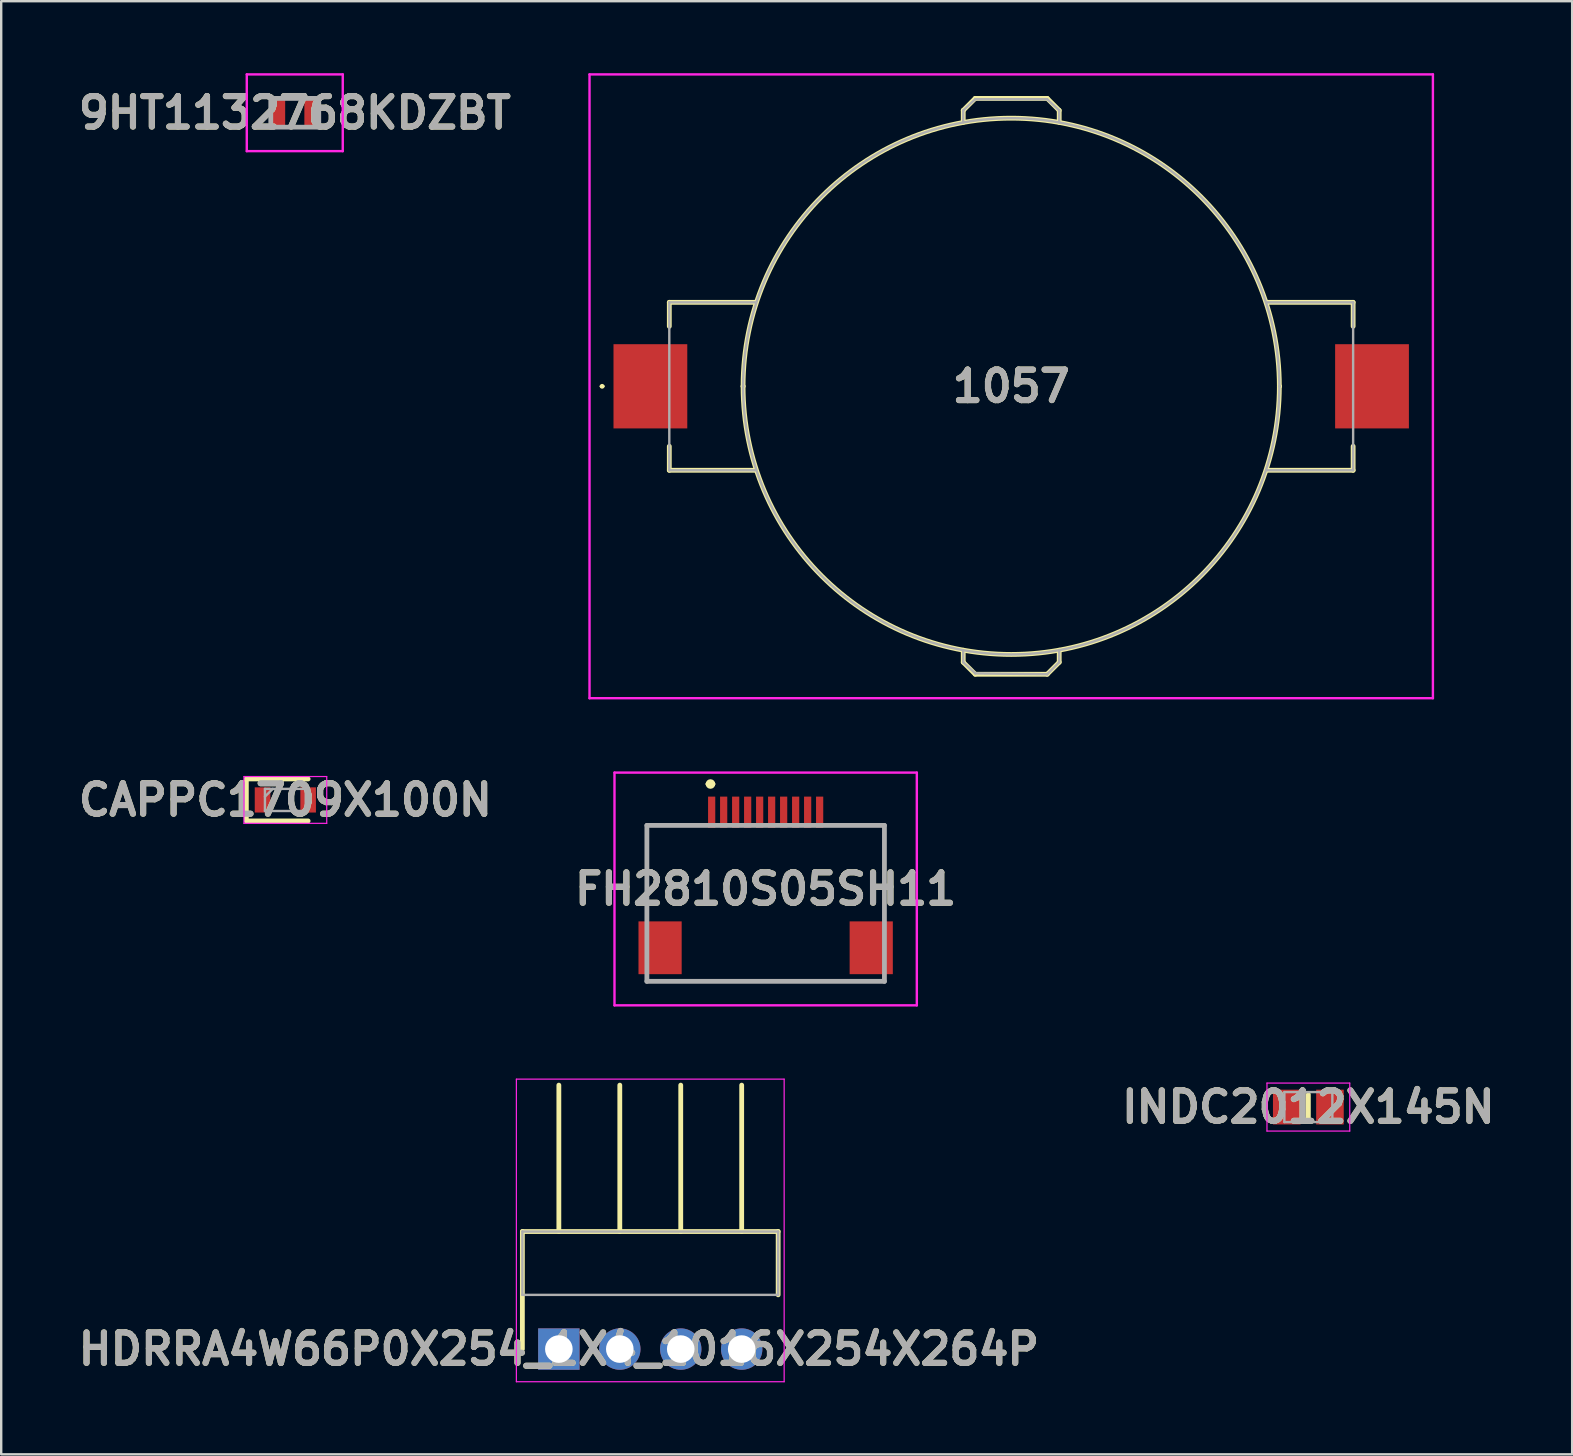
<source format=kicad_pcb>
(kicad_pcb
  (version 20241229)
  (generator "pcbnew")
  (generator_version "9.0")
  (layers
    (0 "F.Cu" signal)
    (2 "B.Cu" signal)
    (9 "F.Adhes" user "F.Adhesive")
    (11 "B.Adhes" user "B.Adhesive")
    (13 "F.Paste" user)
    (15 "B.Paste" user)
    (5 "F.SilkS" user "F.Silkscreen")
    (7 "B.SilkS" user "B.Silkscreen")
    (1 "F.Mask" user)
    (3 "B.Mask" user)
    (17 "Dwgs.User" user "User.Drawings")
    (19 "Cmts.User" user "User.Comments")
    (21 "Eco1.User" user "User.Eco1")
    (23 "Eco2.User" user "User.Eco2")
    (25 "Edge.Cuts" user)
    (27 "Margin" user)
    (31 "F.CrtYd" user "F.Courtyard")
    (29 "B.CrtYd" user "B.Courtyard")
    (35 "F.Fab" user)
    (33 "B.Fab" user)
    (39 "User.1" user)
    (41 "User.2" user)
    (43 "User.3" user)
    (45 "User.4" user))
  (footprint "CAPPC1709X100N"
    (layer "F.Cu")
    (at 8.842 30.289)
    (property "Reference" "CAPPC1709X100N" (at 0 0 0) (layer "F.SilkS") (effects (font (size 1.27 1.27) (thickness 0.254))))
    (attr smd)
    (fp_line (start -1.625 -0.875) (end -1.625 0.875) (stroke (width 0.2) (type solid)) (layer "F.SilkS"))
    (fp_line (start -1.625 0.875) (end 0.95 0.875) (stroke (width 0.2) (type solid)) (layer "F.SilkS"))
    (fp_line (start 0.95 -0.875) (end -1.625 -0.875) (stroke (width 0.2) (type solid)) (layer "F.SilkS"))
    (fp_line (start -1.725 -0.975) (end 1.725 -0.975) (stroke (width 0.05) (type solid)) (layer "F.CrtYd"))
    (fp_line (start -1.725 0.975) (end -1.725 -0.975) (stroke (width 0.05) (type solid)) (layer "F.CrtYd"))
    (fp_line (start 1.725 -0.975) (end 1.725 0.975) (stroke (width 0.05) (type solid)) (layer "F.CrtYd"))
    (fp_line (start 1.725 0.975) (end -1.725 0.975) (stroke (width 0.05) (type solid)) (layer "F.CrtYd"))
    (fp_line (start -0.85 -0.462) (end 0.85 -0.462) (stroke (width 0.1) (type solid)) (layer "F.Fab"))
    (fp_line (start -0.85 -0.138) (end -0.525 -0.462) (stroke (width 0.1) (type solid)) (layer "F.Fab"))
    (fp_line (start -0.85 0.462) (end -0.85 -0.462) (stroke (width 0.1) (type solid)) (layer "F.Fab"))
    (fp_line (start 0.85 -0.462) (end 0.85 0.462) (stroke (width 0.1) (type solid)) (layer "F.Fab"))
    (fp_line (start 0.85 0.462) (end -0.85 0.462) (stroke (width 0.1) (type solid)) (layer "F.Fab"))
    (fp_text user "${REFERENCE}" (at 0 0 0) (layer "F.Fab") (effects (font (size 1.27 1.27) (thickness 0.254))))
    (pad "1" smd rect (at -0.95 0) (size 0.65 1.05) (layers "F.Cu" "F.Mask" "F.Paste"))
    (pad "2" smd rect (at 0.95 0) (size 0.65 1.05) (layers "F.Cu" "F.Mask" "F.Paste")))
  (footprint "FH2810S05SH11"
    (layer "F.Cu")
    (at 28.86 34.325)
    (property "Reference" "FH2810S05SH11" (at 0 -0.325 0) (layer "F.SilkS") (effects (font (size 1.27 1.27) (thickness 0.254))))
    (attr smd)
    (fp_line (start -4.95 -2.975) (end -4.95 0.625) (stroke (width 0.1) (type solid)) (layer "F.SilkS"))
    (fp_line (start -4.95 3.525) (end 4.95 3.525) (stroke (width 0.1) (type solid)) (layer "F.SilkS"))
    (fp_line (start -3 -2.975) (end -4.95 -2.975) (stroke (width 0.1) (type solid)) (layer "F.SilkS"))
    (fp_line (start -2.4 -4.7) (end -2.4 -4.7) (stroke (width 0.2) (type solid)) (layer "F.SilkS"))
    (fp_line (start -2.2 -4.7) (end -2.2 -4.7) (stroke (width 0.2) (type solid)) (layer "F.SilkS"))
    (fp_line (start 3 -2.975) (end 4.95 -2.975) (stroke (width 0.1) (type solid)) (layer "F.SilkS"))
    (fp_line (start 4.95 -2.975) (end 4.95 0.625) (stroke (width 0.1) (type solid)) (layer "F.SilkS"))
    (fp_arc (start -2.4 -4.7) (mid -2.3 -4.8) (end -2.2 -4.7) (stroke (width 0.2) (type solid)) (layer "F.SilkS"))
    (fp_arc (start -2.2 -4.7) (mid -2.3 -4.6) (end -2.4 -4.7) (stroke (width 0.2) (type solid)) (layer "F.SilkS"))
    (fp_line (start -6.3 -5.175) (end 6.3 -5.175) (stroke (width 0.1) (type solid)) (layer "F.CrtYd"))
    (fp_line (start -6.3 4.525) (end -6.3 -5.175) (stroke (width 0.1) (type solid)) (layer "F.CrtYd"))
    (fp_line (start 6.3 -5.175) (end 6.3 4.525) (stroke (width 0.1) (type solid)) (layer "F.CrtYd"))
    (fp_line (start 6.3 4.525) (end -6.3 4.525) (stroke (width 0.1) (type solid)) (layer "F.CrtYd"))
    (fp_line (start -4.95 -2.975) (end 4.95 -2.975) (stroke (width 0.2) (type solid)) (layer "F.Fab"))
    (fp_line (start -4.95 3.525) (end -4.95 -2.975) (stroke (width 0.2) (type solid)) (layer "F.Fab"))
    (fp_line (start 4.95 -2.975) (end 4.95 3.525) (stroke (width 0.2) (type solid)) (layer "F.Fab"))
    (fp_line (start 4.95 3.525) (end -4.95 3.525) (stroke (width 0.2) (type solid)) (layer "F.Fab"))
    (fp_text user "${REFERENCE}" (at 0 -0.325 0) (layer "F.Fab") (effects (font (size 1.27 1.27) (thickness 0.254))))
    (pad "1" smd rect (at -2.25 -3.525) (size 0.3 1.3) (layers "F.Cu" "F.Mask" "F.Paste"))
    (pad "2" smd rect (at -1.75 -3.525) (size 0.3 1.3) (layers "F.Cu" "F.Mask" "F.Paste"))
    (pad "3" smd rect (at -1.25 -3.525) (size 0.3 1.3) (layers "F.Cu" "F.Mask" "F.Paste"))
    (pad "4" smd rect (at -0.75 -3.525) (size 0.3 1.3) (layers "F.Cu" "F.Mask" "F.Paste"))
    (pad "5" smd rect (at -0.25 -3.525) (size 0.3 1.3) (layers "F.Cu" "F.Mask" "F.Paste"))
    (pad "6" smd rect (at 0.25 -3.525) (size 0.3 1.3) (layers "F.Cu" "F.Mask" "F.Paste"))
    (pad "7" smd rect (at 0.75 -3.525) (size 0.3 1.3) (layers "F.Cu" "F.Mask" "F.Paste"))
    (pad "8" smd rect (at 1.25 -3.525) (size 0.3 1.3) (layers "F.Cu" "F.Mask" "F.Paste"))
    (pad "9" smd rect (at 1.75 -3.525) (size 0.3 1.3) (layers "F.Cu" "F.Mask" "F.Paste"))
    (pad "10" smd rect (at 2.25 -3.525) (size 0.3 1.3) (layers "F.Cu" "F.Mask" "F.Paste"))
    (pad "11" smd rect (at -4.4 2.125) (size 1.8 2.2) (layers "F.Cu" "F.Mask" "F.Paste"))
    (pad "12" smd rect (at 4.4 2.125) (size 1.8 2.2) (layers "F.Cu" "F.Mask" "F.Paste")))
  (footprint "INDC2012X145N"
    (layer "F.Cu")
    (at 51.478 43.089)
    (property "Reference" "INDC2012X145N" (at 0 0 0) (layer "F.SilkS") (effects (font (size 1.27 1.27) (thickness 0.254))))
    (attr smd)
    (fp_line (start 0 -0.525) (end 0 0.525) (stroke (width 0.2) (type solid)) (layer "F.SilkS"))
    (fp_line (start -1.725 -1) (end 1.725 -1) (stroke (width 0.05) (type solid)) (layer "F.CrtYd"))
    (fp_line (start -1.725 1) (end -1.725 -1) (stroke (width 0.05) (type solid)) (layer "F.CrtYd"))
    (fp_line (start 1.725 -1) (end 1.725 1) (stroke (width 0.05) (type solid)) (layer "F.CrtYd"))
    (fp_line (start 1.725 1) (end -1.725 1) (stroke (width 0.05) (type solid)) (layer "F.CrtYd"))
    (fp_line (start -1 -0.625) (end 1 -0.625) (stroke (width 0.1) (type solid)) (layer "F.Fab"))
    (fp_line (start -1 0.625) (end -1 -0.625) (stroke (width 0.1) (type solid)) (layer "F.Fab"))
    (fp_line (start 1 -0.625) (end 1 0.625) (stroke (width 0.1) (type solid)) (layer "F.Fab"))
    (fp_line (start 1 0.625) (end -1 0.625) (stroke (width 0.1) (type solid)) (layer "F.Fab"))
    (fp_text user "${REFERENCE}" (at 0 0 0) (layer "F.Fab") (effects (font (size 1.27 1.27) (thickness 0.254))))
    (pad "1" smd rect (at -0.9 0) (size 1.15 1.45) (layers "F.Cu" "F.Mask" "F.Paste"))
    (pad "2" smd rect (at 0.9 0) (size 1.15 1.45) (layers "F.Cu" "F.Mask" "F.Paste")))
  (footprint "HDRRA4W66P0X254_1X4_1016X254X264P"
    (layer "F.Cu")
    (at 20.241 53.175)
    (property "Reference" "HDRRA4W66P0X254_1X4_1016X254X264P" (at 0 0 0) (layer "F.SilkS") (effects (font (size 1.27 1.27) (thickness 0.254))))
    (attr through_hole)
    (fp_line (start -1.52 -4.9) (end 9.14 -4.9) (stroke (width 0.2) (type solid)) (layer "F.SilkS"))
    (fp_line (start -1.52 0) (end -1.52 -4.9) (stroke (width 0.2) (type solid)) (layer "F.SilkS"))
    (fp_line (start 0 -4.9) (end 0 -11) (stroke (width 0.2) (type solid)) (layer "F.SilkS"))
    (fp_line (start 2.54 -4.9) (end 2.54 -11) (stroke (width 0.2) (type solid)) (layer "F.SilkS"))
    (fp_line (start 5.08 -4.9) (end 5.08 -11) (stroke (width 0.2) (type solid)) (layer "F.SilkS"))
    (fp_line (start 7.62 -4.9) (end 7.62 -11) (stroke (width 0.2) (type solid)) (layer "F.SilkS"))
    (fp_line (start 9.14 -4.9) (end 9.14 -2.26) (stroke (width 0.2) (type solid)) (layer "F.SilkS"))
    (fp_line (start -1.77 -11.25) (end -1.77 1.362) (stroke (width 0.05) (type solid)) (layer "F.CrtYd"))
    (fp_line (start -1.77 1.362) (end 9.39 1.362) (stroke (width 0.05) (type solid)) (layer "F.CrtYd"))
    (fp_line (start 9.39 -11.25) (end -1.77 -11.25) (stroke (width 0.05) (type solid)) (layer "F.CrtYd"))
    (fp_line (start 9.39 1.362) (end 9.39 -11.25) (stroke (width 0.05) (type solid)) (layer "F.CrtYd"))
    (fp_line (start -1.52 -4.9) (end 9.14 -4.9) (stroke (width 0.1) (type solid)) (layer "F.Fab"))
    (fp_line (start -1.52 -2.26) (end -1.52 -4.9) (stroke (width 0.1) (type solid)) (layer "F.Fab"))
    (fp_line (start 9.14 -4.9) (end 9.14 -2.26) (stroke (width 0.1) (type solid)) (layer "F.Fab"))
    (fp_line (start 9.14 -2.26) (end -1.52 -2.26) (stroke (width 0.1) (type solid)) (layer "F.Fab"))
    (fp_text user "${REFERENCE}" (at 0 0 0) (layer "F.Fab") (effects (font (size 1.27 1.27) (thickness 0.254))))
    (pad "1" thru_hole rect (at 0 0) (size 1.725 1.725) (drill 1.15) (layers "*.Cu" "*.Mask"))
    (pad "2" thru_hole circle (at 2.54 0) (size 1.725 1.725) (drill 1.15) (layers "*.Cu" "*.Mask"))
    (pad "3" thru_hole circle (at 5.08 0) (size 1.725 1.725) (drill 1.15) (layers "*.Cu" "*.Mask"))
    (pad "4" thru_hole circle (at 7.62 0) (size 1.725 1.725) (drill 1.15) (layers "*.Cu" "*.Mask")))
  (footprint "9HT1132768KDZBT"
    (layer "F.Cu")
    (at 9.235 1.65)
    (property "Reference" "9HT1132768KDZBT" (at 0 0 0) (layer "F.SilkS") (effects (font (size 1.27 1.27) (thickness 0.254))))
    (attr smd)
    (fp_line (start -0.3 -0.6) (end 0.3 -0.6) (stroke (width 0.1) (type solid)) (layer "F.SilkS"))
    (fp_line (start -0.3 0.6) (end 0.3 0.6) (stroke (width 0.1) (type solid)) (layer "F.SilkS"))
    (fp_line (start -2 -1.6) (end 2 -1.6) (stroke (width 0.1) (type solid)) (layer "F.CrtYd"))
    (fp_line (start -2 1.6) (end -2 -1.6) (stroke (width 0.1) (type solid)) (layer "F.CrtYd"))
    (fp_line (start 2 -1.6) (end 2 1.6) (stroke (width 0.1) (type solid)) (layer "F.CrtYd"))
    (fp_line (start 2 1.6) (end -2 1.6) (stroke (width 0.1) (type solid)) (layer "F.CrtYd"))
    (fp_line (start -1 -0.6) (end 1 -0.6) (stroke (width 0.2) (type solid)) (layer "F.Fab"))
    (fp_line (start -1 0.6) (end -1 -0.6) (stroke (width 0.2) (type solid)) (layer "F.Fab"))
    (fp_line (start 1 -0.6) (end 1 0.6) (stroke (width 0.2) (type solid)) (layer "F.Fab"))
    (fp_line (start 1 0.6) (end -1 0.6) (stroke (width 0.2) (type solid)) (layer "F.Fab"))
    (fp_text user "${REFERENCE}" (at 0 0 0) (layer "F.Fab") (effects (font (size 1.27 1.27) (thickness 0.254))))
    (pad "1" smd rect (at -0.7 0) (size 0.6 1.1) (layers "F.Cu" "F.Mask" "F.Paste"))
    (pad "2" smd rect (at 0.7 0) (size 0.6 1.1) (layers "F.Cu" "F.Mask" "F.Paste")))
  (footprint "1057"
    (layer "F.Cu")
    (at 39.094 13.05)
    (property "Reference" "1057" (at 0 0 0) (layer "F.SilkS") (effects (font (size 1.27 1.27) (thickness 0.254))))
    (attr smd)
    (fp_line (start -17.1 0) (end -17.1 0) (stroke (width 0.1) (type solid)) (layer "F.SilkS"))
    (fp_line (start -17 0) (end -17 0) (stroke (width 0.1) (type solid)) (layer "F.SilkS"))
    (fp_line (start -14.25 -3.5) (end -14.25 -2.5) (stroke (width 0.2) (type solid)) (layer "F.SilkS"))
    (fp_line (start -14.25 3.5) (end -14.25 2.5) (stroke (width 0.2) (type solid)) (layer "F.SilkS"))
    (fp_line (start -11.175 0) (end -11.175 0) (stroke (width 0.2) (type solid)) (layer "F.SilkS"))
    (fp_line (start -10.675 -3.5) (end -14.25 -3.5) (stroke (width 0.2) (type solid)) (layer "F.SilkS"))
    (fp_line (start -10.675 3.5) (end -14.25 3.5) (stroke (width 0.2) (type solid)) (layer "F.SilkS"))
    (fp_line (start -2 -11.5) (end -1.5 -12) (stroke (width 0.2) (type solid)) (layer "F.SilkS"))
    (fp_line (start -2 -11) (end -2 -11.5) (stroke (width 0.2) (type solid)) (layer "F.SilkS"))
    (fp_line (start -2 11) (end -2 11.5) (stroke (width 0.2) (type solid)) (layer "F.SilkS"))
    (fp_line (start -2 11.5) (end -1.5 12) (stroke (width 0.2) (type solid)) (layer "F.SilkS"))
    (fp_line (start -1.5 -12) (end 1.5 -12) (stroke (width 0.2) (type solid)) (layer "F.SilkS"))
    (fp_line (start -1.5 12) (end 1.5 12) (stroke (width 0.2) (type solid)) (layer "F.SilkS"))
    (fp_line (start 1.5 -12) (end 2 -11.5) (stroke (width 0.2) (type solid)) (layer "F.SilkS"))
    (fp_line (start 1.5 12) (end 2 11.5) (stroke (width 0.2) (type solid)) (layer "F.SilkS"))
    (fp_line (start 2 -11.5) (end 2 -11) (stroke (width 0.2) (type solid)) (layer "F.SilkS"))
    (fp_line (start 2 11.5) (end 2 11) (stroke (width 0.2) (type solid)) (layer "F.SilkS"))
    (fp_line (start 10.675 -3.5) (end 14.25 -3.5) (stroke (width 0.2) (type solid)) (layer "F.SilkS"))
    (fp_line (start 10.675 3.5) (end 14.25 3.5) (stroke (width 0.2) (type solid)) (layer "F.SilkS"))
    (fp_line (start 11.175 0) (end 11.175 0) (stroke (width 0.2) (type solid)) (layer "F.SilkS"))
    (fp_line (start 14.25 -3.5) (end 14.25 -2.5) (stroke (width 0.2) (type solid)) (layer "F.SilkS"))
    (fp_line (start 14.25 3.5) (end 14.25 2.5) (stroke (width 0.2) (type solid)) (layer "F.SilkS"))
    (fp_arc (start -17.1 0) (mid -17.05 -0.05) (end -17 0) (stroke (width 0.1) (type solid)) (layer "F.SilkS"))
    (fp_arc (start -17 0) (mid -17.05 0.05) (end -17.1 0) (stroke (width 0.1) (type solid)) (layer "F.SilkS"))
    (fp_arc (start -11.175 0) (mid 0 -11.175) (end 11.175 0) (stroke (width 0.2) (type solid)) (layer "F.SilkS"))
    (fp_arc (start 11.175 0) (mid 0 11.175) (end -11.175 0) (stroke (width 0.2) (type solid)) (layer "F.SilkS"))
    (fp_line (start -17.575 -13) (end 17.575 -13) (stroke (width 0.1) (type solid)) (layer "F.CrtYd"))
    (fp_line (start -17.575 13) (end -17.575 -13) (stroke (width 0.1) (type solid)) (layer "F.CrtYd"))
    (fp_line (start 17.575 -13) (end 17.575 13) (stroke (width 0.1) (type solid)) (layer "F.CrtYd"))
    (fp_line (start 17.575 13) (end -17.575 13) (stroke (width 0.1) (type solid)) (layer "F.CrtYd"))
    (fp_line (start -14.25 -3.5) (end -14.25 3.5) (stroke (width 0.1) (type solid)) (layer "F.Fab"))
    (fp_line (start -14.25 3.5) (end -10.675 3.5) (stroke (width 0.1) (type solid)) (layer "F.Fab"))
    (fp_line (start -11.175 0) (end -11.175 0) (stroke (width 0.1) (type solid)) (layer "F.Fab"))
    (fp_line (start -10.675 -3.5) (end -14.25 -3.5) (stroke (width 0.1) (type solid)) (layer "F.Fab"))
    (fp_line (start -2 -11.5) (end -1.5 -11.965) (stroke (width 0.1) (type solid)) (layer "F.Fab"))
    (fp_line (start -2 -11) (end -2 -11.5) (stroke (width 0.1) (type solid)) (layer "F.Fab"))
    (fp_line (start -2 11) (end -2 11.5) (stroke (width 0.1) (type solid)) (layer "F.Fab"))
    (fp_line (start -2 11.5) (end -1.5 11.965) (stroke (width 0.1) (type solid)) (layer "F.Fab"))
    (fp_line (start -1.5 -11.965) (end 1.5 -11.965) (stroke (width 0.1) (type solid)) (layer "F.Fab"))
    (fp_line (start -1.5 11.965) (end 1.5 12) (stroke (width 0.1) (type solid)) (layer "F.Fab"))
    (fp_line (start 1.5 -11.965) (end 2 -11.5) (stroke (width 0.1) (type solid)) (layer "F.Fab"))
    (fp_line (start 1.5 12) (end 2 11.5) (stroke (width 0.1) (type solid)) (layer "F.Fab"))
    (fp_line (start 2 -11.5) (end 2 -11) (stroke (width 0.1) (type solid)) (layer "F.Fab"))
    (fp_line (start 2 11.5) (end 2 11) (stroke (width 0.1) (type solid)) (layer "F.Fab"))
    (fp_line (start 10.675 -3.5) (end 14.25 -3.5) (stroke (width 0.1) (type solid)) (layer "F.Fab"))
    (fp_line (start 11.175 0) (end 11.175 0) (stroke (width 0.1) (type solid)) (layer "F.Fab"))
    (fp_line (start 14.25 -3.5) (end 14.25 3.5) (stroke (width 0.1) (type solid)) (layer "F.Fab"))
    (fp_line (start 14.25 3.5) (end 10.675 3.5) (stroke (width 0.1) (type solid)) (layer "F.Fab"))
    (fp_arc (start -11.175 0) (mid 0 -11.175) (end 11.175 0) (stroke (width 0.1) (type solid)) (layer "F.Fab"))
    (fp_arc (start 11.175 0) (mid 0 11.175) (end -11.175 0) (stroke (width 0.1) (type solid)) (layer "F.Fab"))
    (fp_text user "${REFERENCE}" (at 0 0 0) (layer "F.Fab") (effects (font (size 1.27 1.27) (thickness 0.254))))
    (pad "1" smd rect (at -15.038 0) (size 3.075 3.51) (layers "F.Cu" "F.Mask" "F.Paste"))
    (pad "2" smd rect (at 15.037 0) (size 3.075 3.51) (layers "F.Cu" "F.Mask" "F.Paste")))
  (gr_rect
    (start -3 -3)
    (end 62.473 57.562)
    (stroke (width 0.1) (type default))
    (fill no)
    (layer "Edge.Cuts")))
</source>
